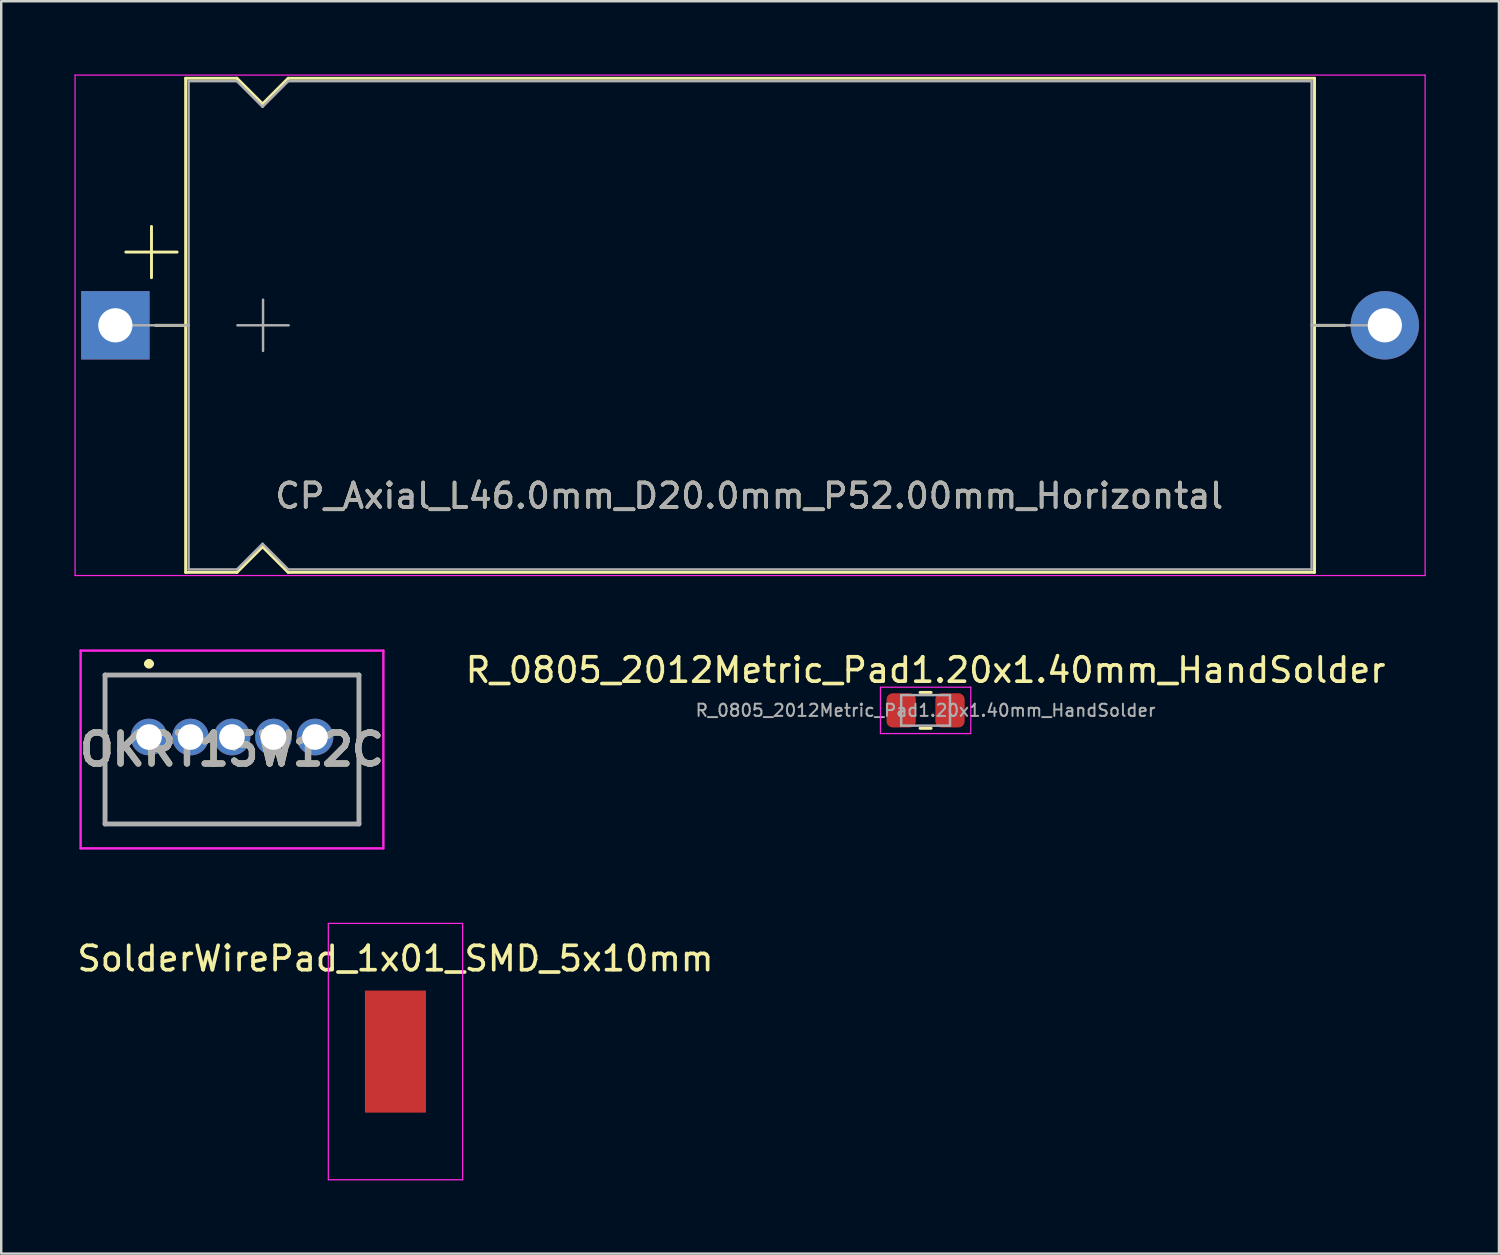
<source format=kicad_pcb>
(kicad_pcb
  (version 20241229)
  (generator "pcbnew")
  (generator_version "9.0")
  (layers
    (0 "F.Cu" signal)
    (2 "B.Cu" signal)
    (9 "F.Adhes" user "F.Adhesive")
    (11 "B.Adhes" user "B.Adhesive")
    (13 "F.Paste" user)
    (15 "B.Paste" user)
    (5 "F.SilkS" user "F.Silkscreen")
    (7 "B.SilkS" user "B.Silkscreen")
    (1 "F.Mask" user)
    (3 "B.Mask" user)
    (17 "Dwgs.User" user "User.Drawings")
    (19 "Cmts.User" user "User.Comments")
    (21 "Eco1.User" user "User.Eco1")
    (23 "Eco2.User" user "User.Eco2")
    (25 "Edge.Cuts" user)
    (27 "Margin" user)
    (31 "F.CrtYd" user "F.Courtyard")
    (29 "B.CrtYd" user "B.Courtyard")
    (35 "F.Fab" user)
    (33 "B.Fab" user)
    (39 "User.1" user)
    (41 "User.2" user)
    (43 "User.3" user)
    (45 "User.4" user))
  (footprint "SolderWirePad_1x01_SMD_5x10mm"
    (layer "F.Cu")
    (at 13.149 40.025)
    (property "Reference" "SolderWirePad_1x01_SMD_5x10mm" (at 0 -3.81 0) (layer "F.SilkS") (effects (font (size 1 1) (thickness 0.15))))
    (attr through_hole)
    (fp_line (start -2.75 -5.25) (end -2.75 5.25) (stroke (width 0.05) (type solid)) (layer "F.CrtYd"))
    (fp_line (start -2.75 5.25) (end 2.75 5.25) (stroke (width 0.05) (type solid)) (layer "F.CrtYd"))
    (fp_line (start 2.75 -5.25) (end -2.75 -5.25) (stroke (width 0.05) (type solid)) (layer "F.CrtYd"))
    (fp_line (start 2.75 5.25) (end 2.75 -5.25) (stroke (width 0.05) (type solid)) (layer "F.CrtYd"))
    (pad "1" smd rect (at 0 0) (size 2.5 5) (layers "F.Cu" "F.Mask" "F.Paste")))
  (footprint "CP_Axial_L46.0mm_D20.0mm_P52.00mm_Horizontal"
    (layer "F.Cu")
    (at 1.675 10.275)
    (property "Reference" "CP_Axial_L46.0mm_D20.0mm_P52.00mm_Horizontal" (at 25.965 6.985 0) (layer "F.SilkS") (effects (font (size 1 1) (thickness 0.15))))
    (attr through_hole)
    (fp_line (start 0.43 -3) (end 2.53 -3) (stroke (width 0.12) (type solid)) (layer "F.SilkS"))
    (fp_line (start 1.48 -4.05) (end 1.48 -1.95) (stroke (width 0.12) (type solid)) (layer "F.SilkS"))
    (fp_line (start 1.64 0) (end 2.88 0) (stroke (width 0.12) (type solid)) (layer "F.SilkS"))
    (fp_line (start 2.88 -10.12) (end 2.88 10.12) (stroke (width 0.12) (type solid)) (layer "F.SilkS"))
    (fp_line (start 2.88 -10.12) (end 4.98 -10.12) (stroke (width 0.12) (type solid)) (layer "F.SilkS"))
    (fp_line (start 2.88 10.12) (end 4.98 10.12) (stroke (width 0.12) (type solid)) (layer "F.SilkS"))
    (fp_line (start 4.98 -10.12) (end 6.03 -9.07) (stroke (width 0.12) (type solid)) (layer "F.SilkS"))
    (fp_line (start 4.98 10.12) (end 6.03 9.07) (stroke (width 0.12) (type solid)) (layer "F.SilkS"))
    (fp_line (start 6.03 -9.07) (end 7.08 -10.12) (stroke (width 0.12) (type solid)) (layer "F.SilkS"))
    (fp_line (start 6.03 9.07) (end 7.08 10.12) (stroke (width 0.12) (type solid)) (layer "F.SilkS"))
    (fp_line (start 7.08 -10.12) (end 49.12 -10.12) (stroke (width 0.12) (type solid)) (layer "F.SilkS"))
    (fp_line (start 7.08 10.12) (end 49.12 10.12) (stroke (width 0.12) (type solid)) (layer "F.SilkS"))
    (fp_line (start 49.12 -10.12) (end 49.12 10.12) (stroke (width 0.12) (type solid)) (layer "F.SilkS"))
    (fp_line (start 50.36 0) (end 49.12 0) (stroke (width 0.12) (type solid)) (layer "F.SilkS"))
    (fp_line (start -1.65 -10.25) (end -1.65 10.25) (stroke (width 0.05) (type solid)) (layer "F.CrtYd"))
    (fp_line (start -1.65 10.25) (end 53.65 10.25) (stroke (width 0.05) (type solid)) (layer "F.CrtYd"))
    (fp_line (start 53.65 -10.25) (end -1.65 -10.25) (stroke (width 0.05) (type solid)) (layer "F.CrtYd"))
    (fp_line (start 53.65 10.25) (end 53.65 -10.25) (stroke (width 0.05) (type solid)) (layer "F.CrtYd"))
    (fp_line (start 0 0) (end 3 0) (stroke (width 0.1) (type solid)) (layer "F.Fab"))
    (fp_line (start 3 -10) (end 3 10) (stroke (width 0.1) (type solid)) (layer "F.Fab"))
    (fp_line (start 3 -10) (end 4.98 -10) (stroke (width 0.1) (type solid)) (layer "F.Fab"))
    (fp_line (start 3 10) (end 4.98 10) (stroke (width 0.1) (type solid)) (layer "F.Fab"))
    (fp_line (start 4.98 -10) (end 6.03 -8.95) (stroke (width 0.1) (type solid)) (layer "F.Fab"))
    (fp_line (start 4.98 10) (end 6.03 8.95) (stroke (width 0.1) (type solid)) (layer "F.Fab"))
    (fp_line (start 5 0) (end 7.1 0) (stroke (width 0.1) (type solid)) (layer "F.Fab"))
    (fp_line (start 6.03 -8.95) (end 7.08 -10) (stroke (width 0.1) (type solid)) (layer "F.Fab"))
    (fp_line (start 6.03 8.95) (end 7.08 10) (stroke (width 0.1) (type solid)) (layer "F.Fab"))
    (fp_line (start 6.05 -1.05) (end 6.05 1.05) (stroke (width 0.1) (type solid)) (layer "F.Fab"))
    (fp_line (start 7.08 -10) (end 49 -10) (stroke (width 0.1) (type solid)) (layer "F.Fab"))
    (fp_line (start 7.08 10) (end 49 10) (stroke (width 0.1) (type solid)) (layer "F.Fab"))
    (fp_line (start 49 -10) (end 49 10) (stroke (width 0.1) (type solid)) (layer "F.Fab"))
    (fp_line (start 52 0) (end 49 0) (stroke (width 0.1) (type solid)) (layer "F.Fab"))
    (fp_text user "${REFERENCE}" (at 25.965 6.985 0) (layer "F.Fab") (effects (font (size 1 1) (thickness 0.15))))
    (pad "1" thru_hole rect (at 0 0) (size 2.8 2.8) (drill 1.4) (layers "*.Cu" "*.Mask"))
    (pad "2" thru_hole oval (at 52 0) (size 2.8 2.8) (drill 1.4) (layers "*.Cu" "*.Mask")))
  (footprint "OKRT15W12C"
    (layer "F.Cu")
    (at 3.053 27.14)
    (property "Reference" "OKRT15W12C" (at 3.4 0.51 180) (layer "F.SilkS") (effects (font (size 1.27 1.27) (thickness 0.254))))
    (attr through_hole)
    (fp_line (start -1.8 -2.54) (end -1.8 3.56) (stroke (width 0.1) (type solid)) (layer "F.SilkS"))
    (fp_line (start -1.8 3.56) (end 8.6 3.56) (stroke (width 0.1) (type solid)) (layer "F.SilkS"))
    (fp_line (start -0.1 -3) (end -0.1 -3) (stroke (width 0.2) (type solid)) (layer "F.SilkS"))
    (fp_line (start 0.1 -3) (end 0.1 -3) (stroke (width 0.2) (type solid)) (layer "F.SilkS"))
    (fp_line (start 8.6 -2.54) (end -1.8 -2.54) (stroke (width 0.1) (type solid)) (layer "F.SilkS"))
    (fp_line (start 8.6 3.56) (end 8.6 -2.54) (stroke (width 0.1) (type solid)) (layer "F.SilkS"))
    (fp_arc (start -0.1 -3) (mid 0 -3.1) (end 0.1 -3) (stroke (width 0.2) (type solid)) (layer "F.SilkS"))
    (fp_arc (start 0.1 -3) (mid 0 -2.9) (end -0.1 -3) (stroke (width 0.2) (type solid)) (layer "F.SilkS"))
    (fp_line (start -2.8 -3.54) (end -2.8 4.56) (stroke (width 0.1) (type solid)) (layer "F.CrtYd"))
    (fp_line (start -2.8 4.56) (end 9.6 4.56) (stroke (width 0.1) (type solid)) (layer "F.CrtYd"))
    (fp_line (start 9.6 -3.54) (end -2.8 -3.54) (stroke (width 0.1) (type solid)) (layer "F.CrtYd"))
    (fp_line (start 9.6 4.56) (end 9.6 -3.54) (stroke (width 0.1) (type solid)) (layer "F.CrtYd"))
    (fp_line (start -1.8 -2.54) (end -1.8 3.56) (stroke (width 0.2) (type solid)) (layer "F.Fab"))
    (fp_line (start -1.8 3.56) (end 8.6 3.56) (stroke (width 0.2) (type solid)) (layer "F.Fab"))
    (fp_line (start 8.6 -2.54) (end -1.8 -2.54) (stroke (width 0.2) (type solid)) (layer "F.Fab"))
    (fp_line (start 8.6 3.56) (end 8.6 -2.54) (stroke (width 0.2) (type solid)) (layer "F.Fab"))
    (fp_text user "${REFERENCE}" (at 3.4 0.51 180) (layer "F.Fab") (effects (font (size 1.27 1.27) (thickness 0.254))))
    (pad "1" thru_hole circle (at 0 0) (size 1.5 1.5) (drill 1.05) (layers "*.Cu" "*.Mask"))
    (pad "2" thru_hole circle (at 1.7 0) (size 1.5 1.5) (drill 1.05) (layers "*.Cu" "*.Mask"))
    (pad "3" thru_hole circle (at 3.4 0) (size 1.5 1.5) (drill 1.05) (layers "*.Cu" "*.Mask"))
    (pad "4" thru_hole circle (at 5.1 0) (size 1.5 1.5) (drill 1.05) (layers "*.Cu" "*.Mask"))
    (pad "5" thru_hole circle (at 6.8 0) (size 1.5 1.5) (drill 1.05) (layers "*.Cu" "*.Mask")))
  (footprint "R_0805_2012Metric_Pad1.20x1.40mm_HandSolder"
    (layer "F.Cu")
    (at 34.864 26.048)
    (property "Reference" "R_0805_2012Metric_Pad1.20x1.40mm_HandSolder" (at 0 -1.65 0) (layer "F.SilkS") (effects (font (size 1 1) (thickness 0.15))))
    (attr smd)
    (fp_line (start -0.227 -0.735) (end 0.227 -0.735) (stroke (width 0.12) (type solid)) (layer "F.SilkS"))
    (fp_line (start -0.227 0.735) (end 0.227 0.735) (stroke (width 0.12) (type solid)) (layer "F.SilkS"))
    (fp_line (start -1.85 -0.95) (end 1.85 -0.95) (stroke (width 0.05) (type solid)) (layer "F.CrtYd"))
    (fp_line (start -1.85 0.95) (end -1.85 -0.95) (stroke (width 0.05) (type solid)) (layer "F.CrtYd"))
    (fp_line (start 1.85 -0.95) (end 1.85 0.95) (stroke (width 0.05) (type solid)) (layer "F.CrtYd"))
    (fp_line (start 1.85 0.95) (end -1.85 0.95) (stroke (width 0.05) (type solid)) (layer "F.CrtYd"))
    (fp_line (start -1 -0.625) (end 1 -0.625) (stroke (width 0.1) (type solid)) (layer "F.Fab"))
    (fp_line (start -1 0.625) (end -1 -0.625) (stroke (width 0.1) (type solid)) (layer "F.Fab"))
    (fp_line (start 1 -0.625) (end 1 0.625) (stroke (width 0.1) (type solid)) (layer "F.Fab"))
    (fp_line (start 1 0.625) (end -1 0.625) (stroke (width 0.1) (type solid)) (layer "F.Fab"))
    (fp_text user "${REFERENCE}" (at 0 0 0) (layer "F.Fab") (effects (font (size 0.5 0.5) (thickness 0.08))))
    (pad "1" smd roundrect (at -1 0) (size 1.2 1.4) (layers "F.Cu" "F.Mask" "F.Paste") (roundrect_rratio 0.208))
    (pad "2" smd roundrect (at 1 0) (size 1.2 1.4) (layers "F.Cu" "F.Mask" "F.Paste") (roundrect_rratio 0.208)))
  (gr_rect
    (start -3 -3)
    (end 58.35 48.3)
    (stroke (width 0.1) (type default))
    (fill no)
    (layer "Edge.Cuts")))
</source>
